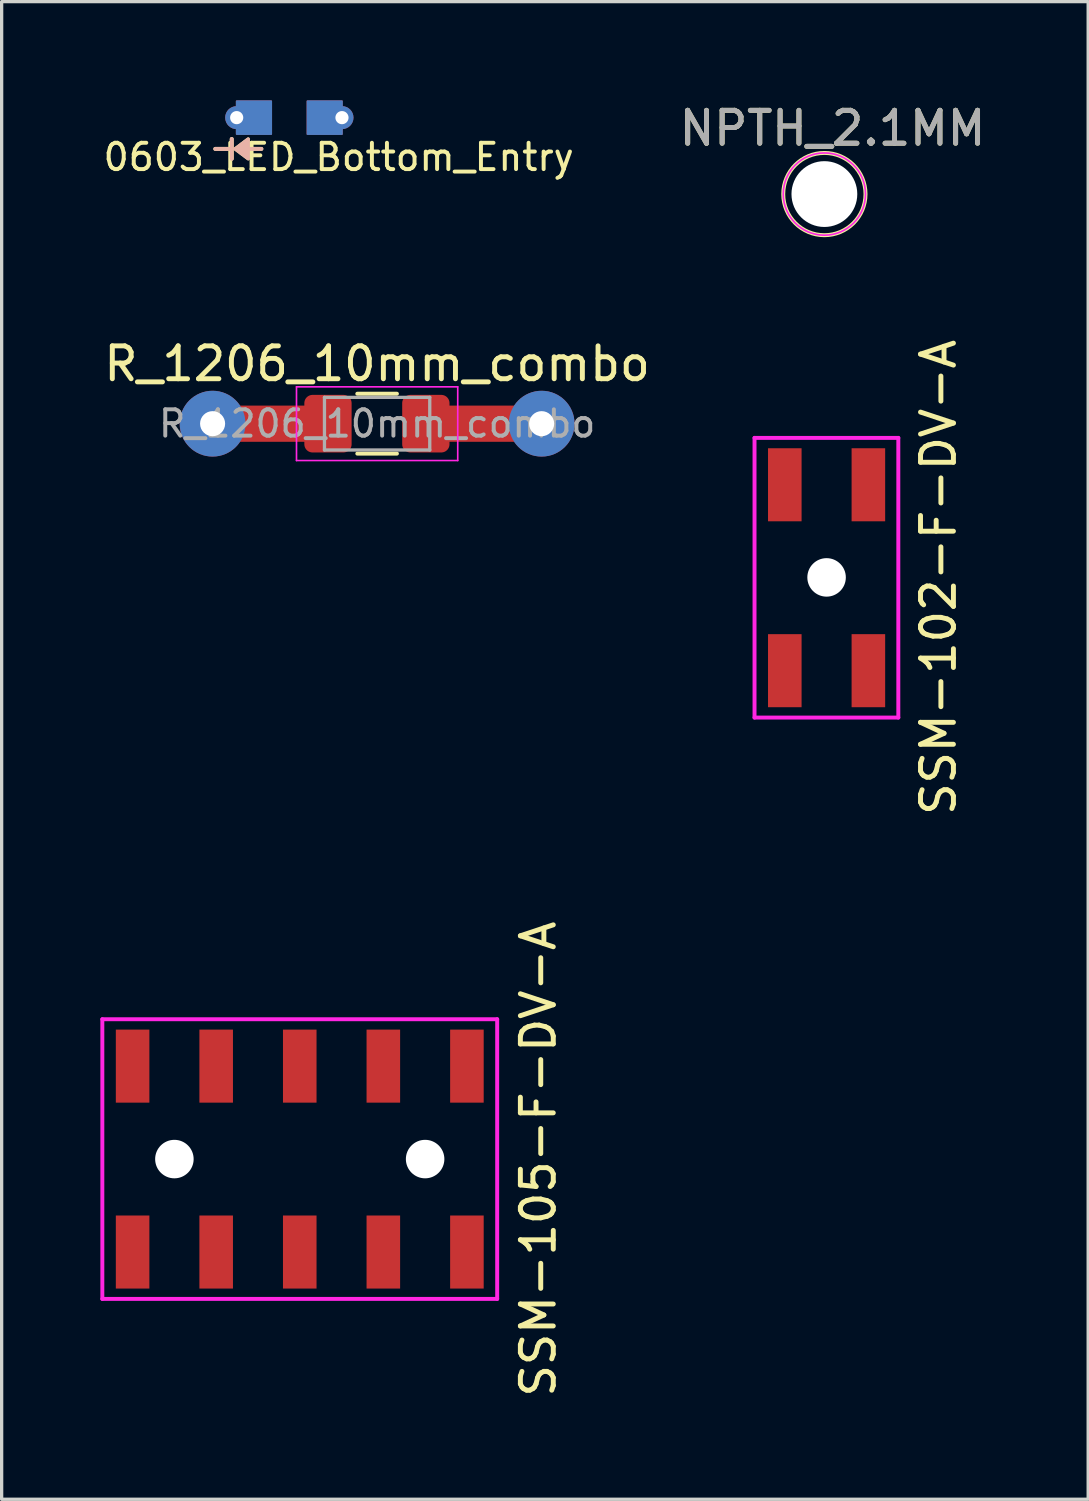
<source format=kicad_pcb>
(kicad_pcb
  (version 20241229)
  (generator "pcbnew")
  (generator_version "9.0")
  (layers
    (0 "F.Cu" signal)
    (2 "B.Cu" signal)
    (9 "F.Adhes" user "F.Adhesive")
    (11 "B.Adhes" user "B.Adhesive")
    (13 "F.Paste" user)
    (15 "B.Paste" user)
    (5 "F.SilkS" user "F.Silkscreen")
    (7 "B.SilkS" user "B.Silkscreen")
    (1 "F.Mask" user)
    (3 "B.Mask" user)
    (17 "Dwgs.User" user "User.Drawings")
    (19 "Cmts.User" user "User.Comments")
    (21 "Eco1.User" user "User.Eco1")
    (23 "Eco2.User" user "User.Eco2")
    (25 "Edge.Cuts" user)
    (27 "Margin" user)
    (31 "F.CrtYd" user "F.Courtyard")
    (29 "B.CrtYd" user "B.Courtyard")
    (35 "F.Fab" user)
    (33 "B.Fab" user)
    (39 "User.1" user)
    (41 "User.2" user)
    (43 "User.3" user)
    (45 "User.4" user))
  (footprint "R_1206_10mm_combo"
    (layer "F.Cu")
    (at 8.411 9.826)
    (property "Reference" "R_1206_10mm_combo" (at 0 -1.82 0) (layer "F.SilkS") (effects (font (size 1 1) (thickness 0.15))))
    (attr smd)
    (fp_poly (pts (xy -1.025 -0.625) (xy -1.025 0.625) (xy -1.962 0.625) (xy -1.962 -0.625)) (stroke (width 0.5) (type solid)) (fill yes) (layer "F.Cu"))
    (fp_poly (pts (xy -1 0.5) (xy -5.5 0.5) (xy -5.5 -0.5) (xy -1 -0.5)) (stroke (width 0.1) (type solid)) (fill yes) (layer "F.Cu"))
    (fp_poly (pts (xy 1.95 -0.625) (xy 1.95 0.625) (xy 1.012 0.625) (xy 1.012 -0.625)) (stroke (width 0.5) (type solid)) (fill yes) (layer "F.Cu"))
    (fp_poly (pts (xy 5.5 0.5) (xy 1 0.5) (xy 1 -0.5) (xy 5.5 -0.5)) (stroke (width 0.1) (type solid)) (fill yes) (layer "F.Cu"))
    (fp_poly (pts (xy -1.025 -0.625) (xy -1.025 0.625) (xy -1.962 0.625) (xy -1.962 -0.625)) (stroke (width 0.5) (type solid)) (fill yes) (layer "F.Mask"))
    (fp_poly (pts (xy 1.95 -0.625) (xy 1.95 0.625) (xy 1.012 0.625) (xy 1.012 -0.625)) (stroke (width 0.5) (type solid)) (fill yes) (layer "F.Mask"))
    (fp_line (start -0.602 -0.91) (end 0.602 -0.91) (stroke (width 0.12) (type solid)) (layer "F.SilkS"))
    (fp_line (start -0.602 0.91) (end 0.602 0.91) (stroke (width 0.12) (type solid)) (layer "F.SilkS"))
    (fp_line (start -2.45 -1.12) (end 2.45 -1.12) (stroke (width 0.05) (type solid)) (layer "F.CrtYd"))
    (fp_line (start -2.45 1.12) (end -2.45 -1.12) (stroke (width 0.05) (type solid)) (layer "F.CrtYd"))
    (fp_line (start 2.45 -1.12) (end 2.45 1.12) (stroke (width 0.05) (type solid)) (layer "F.CrtYd"))
    (fp_line (start 2.45 1.12) (end -2.45 1.12) (stroke (width 0.05) (type solid)) (layer "F.CrtYd"))
    (fp_line (start -1.6 -0.8) (end 1.6 -0.8) (stroke (width 0.1) (type solid)) (layer "F.Fab"))
    (fp_line (start -1.6 0.8) (end -1.6 -0.8) (stroke (width 0.1) (type solid)) (layer "F.Fab"))
    (fp_line (start 1.6 -0.8) (end 1.6 0.8) (stroke (width 0.1) (type solid)) (layer "F.Fab"))
    (fp_line (start 1.6 0.8) (end -1.6 0.8) (stroke (width 0.1) (type solid)) (layer "F.Fab"))
    (fp_text user "${REFERENCE}" (at 0 0 0) (layer "F.Fab") (effects (font (size 0.8 0.8) (thickness 0.12))))
    (pad "1" thru_hole circle (at -5 0) (size 2 2) (drill 0.762) (layers "*.Cu" "*.Mask"))
    (pad "2" thru_hole circle (at 5 0) (size 2 2) (drill 0.762) (layers "*.Cu" "*.Mask")))
  (footprint "SSM-102-F-DV-A"
    (layer "F.Cu")
    (at 22.071 14.498)
    (property "Reference" "SSM-102-F-DV-A" (at 3.4 0 90) (layer "F.SilkS") (effects (font (size 1 1) (thickness 0.15))))
    (attr through_hole)
    (fp_line (start -2.19 -4.24) (end 2.18 -4.24) (stroke (width 0.12) (type solid)) (layer "F.CrtYd"))
    (fp_line (start -2.19 4.26) (end -2.19 -4.24) (stroke (width 0.12) (type solid)) (layer "F.CrtYd"))
    (fp_line (start 2.18 -4.24) (end 2.18 4.26) (stroke (width 0.12) (type solid)) (layer "F.CrtYd"))
    (fp_line (start 2.18 4.26) (end -2.19 4.26) (stroke (width 0.12) (type solid)) (layer "F.CrtYd"))
    (pad "" np_thru_hole circle (at 0 0) (size 1.17 1.17) (drill 1.17) (layers "*.Cu" "*.Mask"))
    (pad "1" smd rect (at -1.27 -2.815) (size 1.02 2.22) (layers "F.Cu" "F.Mask" "F.Paste"))
    (pad "2" smd rect (at -1.27 2.835) (size 1.02 2.22) (layers "F.Cu" "F.Mask" "F.Paste"))
    (pad "3" smd rect (at 1.27 -2.815) (size 1.02 2.22) (layers "F.Cu" "F.Mask" "F.Paste"))
    (pad "4" smd rect (at 1.27 2.835) (size 1.02 2.22) (layers "F.Cu" "F.Mask" "F.Paste")))
  (footprint "SSM-105-F-DV-A"
    (layer "F.Cu")
    (at 6.06 32.176)
    (property "Reference" "SSM-105-F-DV-A" (at 7.25 0 90) (layer "F.SilkS") (effects (font (size 1 1) (thickness 0.15))))
    (attr through_hole)
    (fp_line (start -6 -4.25) (end 6 -4.25) (stroke (width 0.12) (type solid)) (layer "F.CrtYd"))
    (fp_line (start -6 4.25) (end -6 -4.25) (stroke (width 0.12) (type solid)) (layer "F.CrtYd"))
    (fp_line (start 6 -4.25) (end 6 4.25) (stroke (width 0.12) (type solid)) (layer "F.CrtYd"))
    (fp_line (start 6 4.25) (end -6 4.25) (stroke (width 0.12) (type solid)) (layer "F.CrtYd"))
    (pad "" np_thru_hole circle (at -3.81 0) (size 1.17 1.17) (drill 1.17) (layers "*.Cu" "*.Mask"))
    (pad "" np_thru_hole circle (at 3.81 0) (size 1.17 1.17) (drill 1.17) (layers "*.Cu" "*.Mask"))
    (pad "1" smd rect (at -5.08 -2.825) (size 1.02 2.22) (layers "F.Cu" "F.Mask" "F.Paste"))
    (pad "2" smd rect (at -5.08 2.825) (size 1.02 2.22) (layers "F.Cu" "F.Mask" "F.Paste"))
    (pad "3" smd rect (at -2.54 -2.825) (size 1.02 2.22) (layers "F.Cu" "F.Mask" "F.Paste"))
    (pad "4" smd rect (at -2.54 2.825) (size 1.02 2.22) (layers "F.Cu" "F.Mask" "F.Paste"))
    (pad "5" smd rect (at 0 -2.825) (size 1.02 2.22) (layers "F.Cu" "F.Mask" "F.Paste"))
    (pad "6" smd rect (at 0 2.825) (size 1.02 2.22) (layers "F.Cu" "F.Mask" "F.Paste"))
    (pad "7" smd rect (at 2.54 -2.825) (size 1.02 2.22) (layers "F.Cu" "F.Mask" "F.Paste"))
    (pad "8" smd rect (at 2.54 2.825) (size 1.02 2.22) (layers "F.Cu" "F.Mask" "F.Paste"))
    (pad "9" smd rect (at 5.08 -2.825) (size 1.02 2.22) (layers "F.Cu" "F.Mask" "F.Paste"))
    (pad "10" smd rect (at 5.08 2.825) (size 1.02 2.22) (layers "F.Cu" "F.Mask" "F.Paste")))
  (footprint "NPTH_2.1MM"
    (layer "F.Cu")
    (at 22.004 2.848)
    (property "Reference" "NPTH_2.1MM" (at 0.25 -2 0) (layer "F.SilkS") (effects (font (size 1 1) (thickness 0.15))))
    (attr exclude_from_pos_files exclude_from_bom)
    (fp_circle (center 0 0) (end 0 1.25) (stroke (width 0.12) (type solid)) (fill no) (layer "F.SilkS"))
    (fp_circle (center 0 0) (end 1.25 0) (stroke (width 0.05) (type solid)) (fill no) (layer "F.CrtYd"))
    (fp_text user "${REFERENCE}" (at 0.25 -2 0) (layer "F.Fab") (effects (font (size 1 1) (thickness 0.15))))
    (pad "" np_thru_hole circle (at 0 0) (size 2 2) (drill 2) (layers "*.Cu" "*.Mask")))
  (footprint "0603_LED_Bottom_Entry"
    (layer "F.Cu")
    (at 5.743 0.525)
    (property "Reference" "0603_LED_Bottom_Entry" (at 1.5 1.2 180) (layer "F.SilkS") (effects (font (size 0.8 0.8) (thickness 0.12))))
    (attr through_hole)
    (fp_poly (pts (xy -0.55 0.5) (xy -1.6 0.5) (xy -1.6 -0.5) (xy -0.55 -0.5)) (stroke (width 0.05) (type solid)) (fill yes) (layer "F.Cu"))
    (fp_poly (pts (xy 1.6 0.5) (xy 0.55 0.5) (xy 0.55 -0.5) (xy 1.6 -0.5)) (stroke (width 0.05) (type solid)) (fill yes) (layer "F.Cu"))
    (fp_poly (pts (xy -0.55 0.5) (xy -1.6 0.5) (xy -1.6 -0.5) (xy -0.55 -0.5)) (stroke (width 0.05) (type solid)) (fill yes) (layer "F.Mask"))
    (fp_poly (pts (xy 1.6 0.5) (xy 0.55 0.5) (xy 0.55 -0.5) (xy 1.6 -0.5)) (stroke (width 0.05) (type solid)) (fill yes) (layer "F.Mask"))
    (fp_poly (pts (xy -0.55 0.5) (xy -1.6 0.5) (xy -1.6 -0.5) (xy -0.55 -0.5)) (stroke (width 0.05) (type solid)) (fill yes) (layer "B.Cu"))
    (fp_poly (pts (xy 1.6 0.5) (xy 0.55 0.5) (xy 0.55 -0.5) (xy 1.6 -0.5)) (stroke (width 0.05) (type solid)) (fill yes) (layer "B.Cu"))
    (fp_poly (pts (xy -0.55 0.5) (xy -1.6 0.5) (xy -1.6 -0.5) (xy -0.55 -0.5)) (stroke (width 0.05) (type solid)) (fill yes) (layer "B.Mask"))
    (fp_poly (pts (xy 1.6 0.5) (xy 0.55 0.5) (xy 0.55 -0.5) (xy 1.6 -0.5)) (stroke (width 0.05) (type solid)) (fill yes) (layer "B.Mask"))
    (fp_line (start -1.75 0.65) (end -1.75 1.25) (stroke (width 0.12) (type solid)) (layer "F.SilkS"))
    (fp_line (start -1.75 0.95) (end -2.25 0.95) (stroke (width 0.12) (type solid)) (layer "F.SilkS"))
    (fp_line (start -1.25 0.95) (end -0.85 0.95) (stroke (width 0.12) (type solid)) (layer "F.SilkS"))
    (fp_poly (pts (xy -1.25 1.25) (xy -1.65 0.95) (xy -1.25 0.65)) (stroke (width 0.1) (type solid)) (fill yes) (layer "F.SilkS"))
    (fp_line (start -1.75 0.65) (end -1.75 1.25) (stroke (width 0.12) (type solid)) (layer "B.SilkS"))
    (fp_line (start -1.75 0.95) (end -2.25 0.95) (stroke (width 0.12) (type solid)) (layer "B.SilkS"))
    (fp_line (start -1.25 0.95) (end -0.85 0.95) (stroke (width 0.12) (type solid)) (layer "B.SilkS"))
    (fp_poly (pts (xy -1.25 1.25) (xy -1.65 0.95) (xy -1.25 0.65)) (stroke (width 0.1) (type solid)) (fill yes) (layer "B.SilkS"))
    (pad "1" thru_hole circle (at -1.6 0) (size 0.7 0.7) (drill 0.4) (layers "*.Cu" "*.Mask"))
    (pad "2" thru_hole circle (at 1.6 0) (size 0.7 0.7) (drill 0.4) (layers "*.Cu" "*.Mask")))
  (gr_rect
    (start -3 -3)
    (end 30.021 42.515)
    (stroke (width 0.1) (type default))
    (fill no)
    (layer "Edge.Cuts")))
</source>
